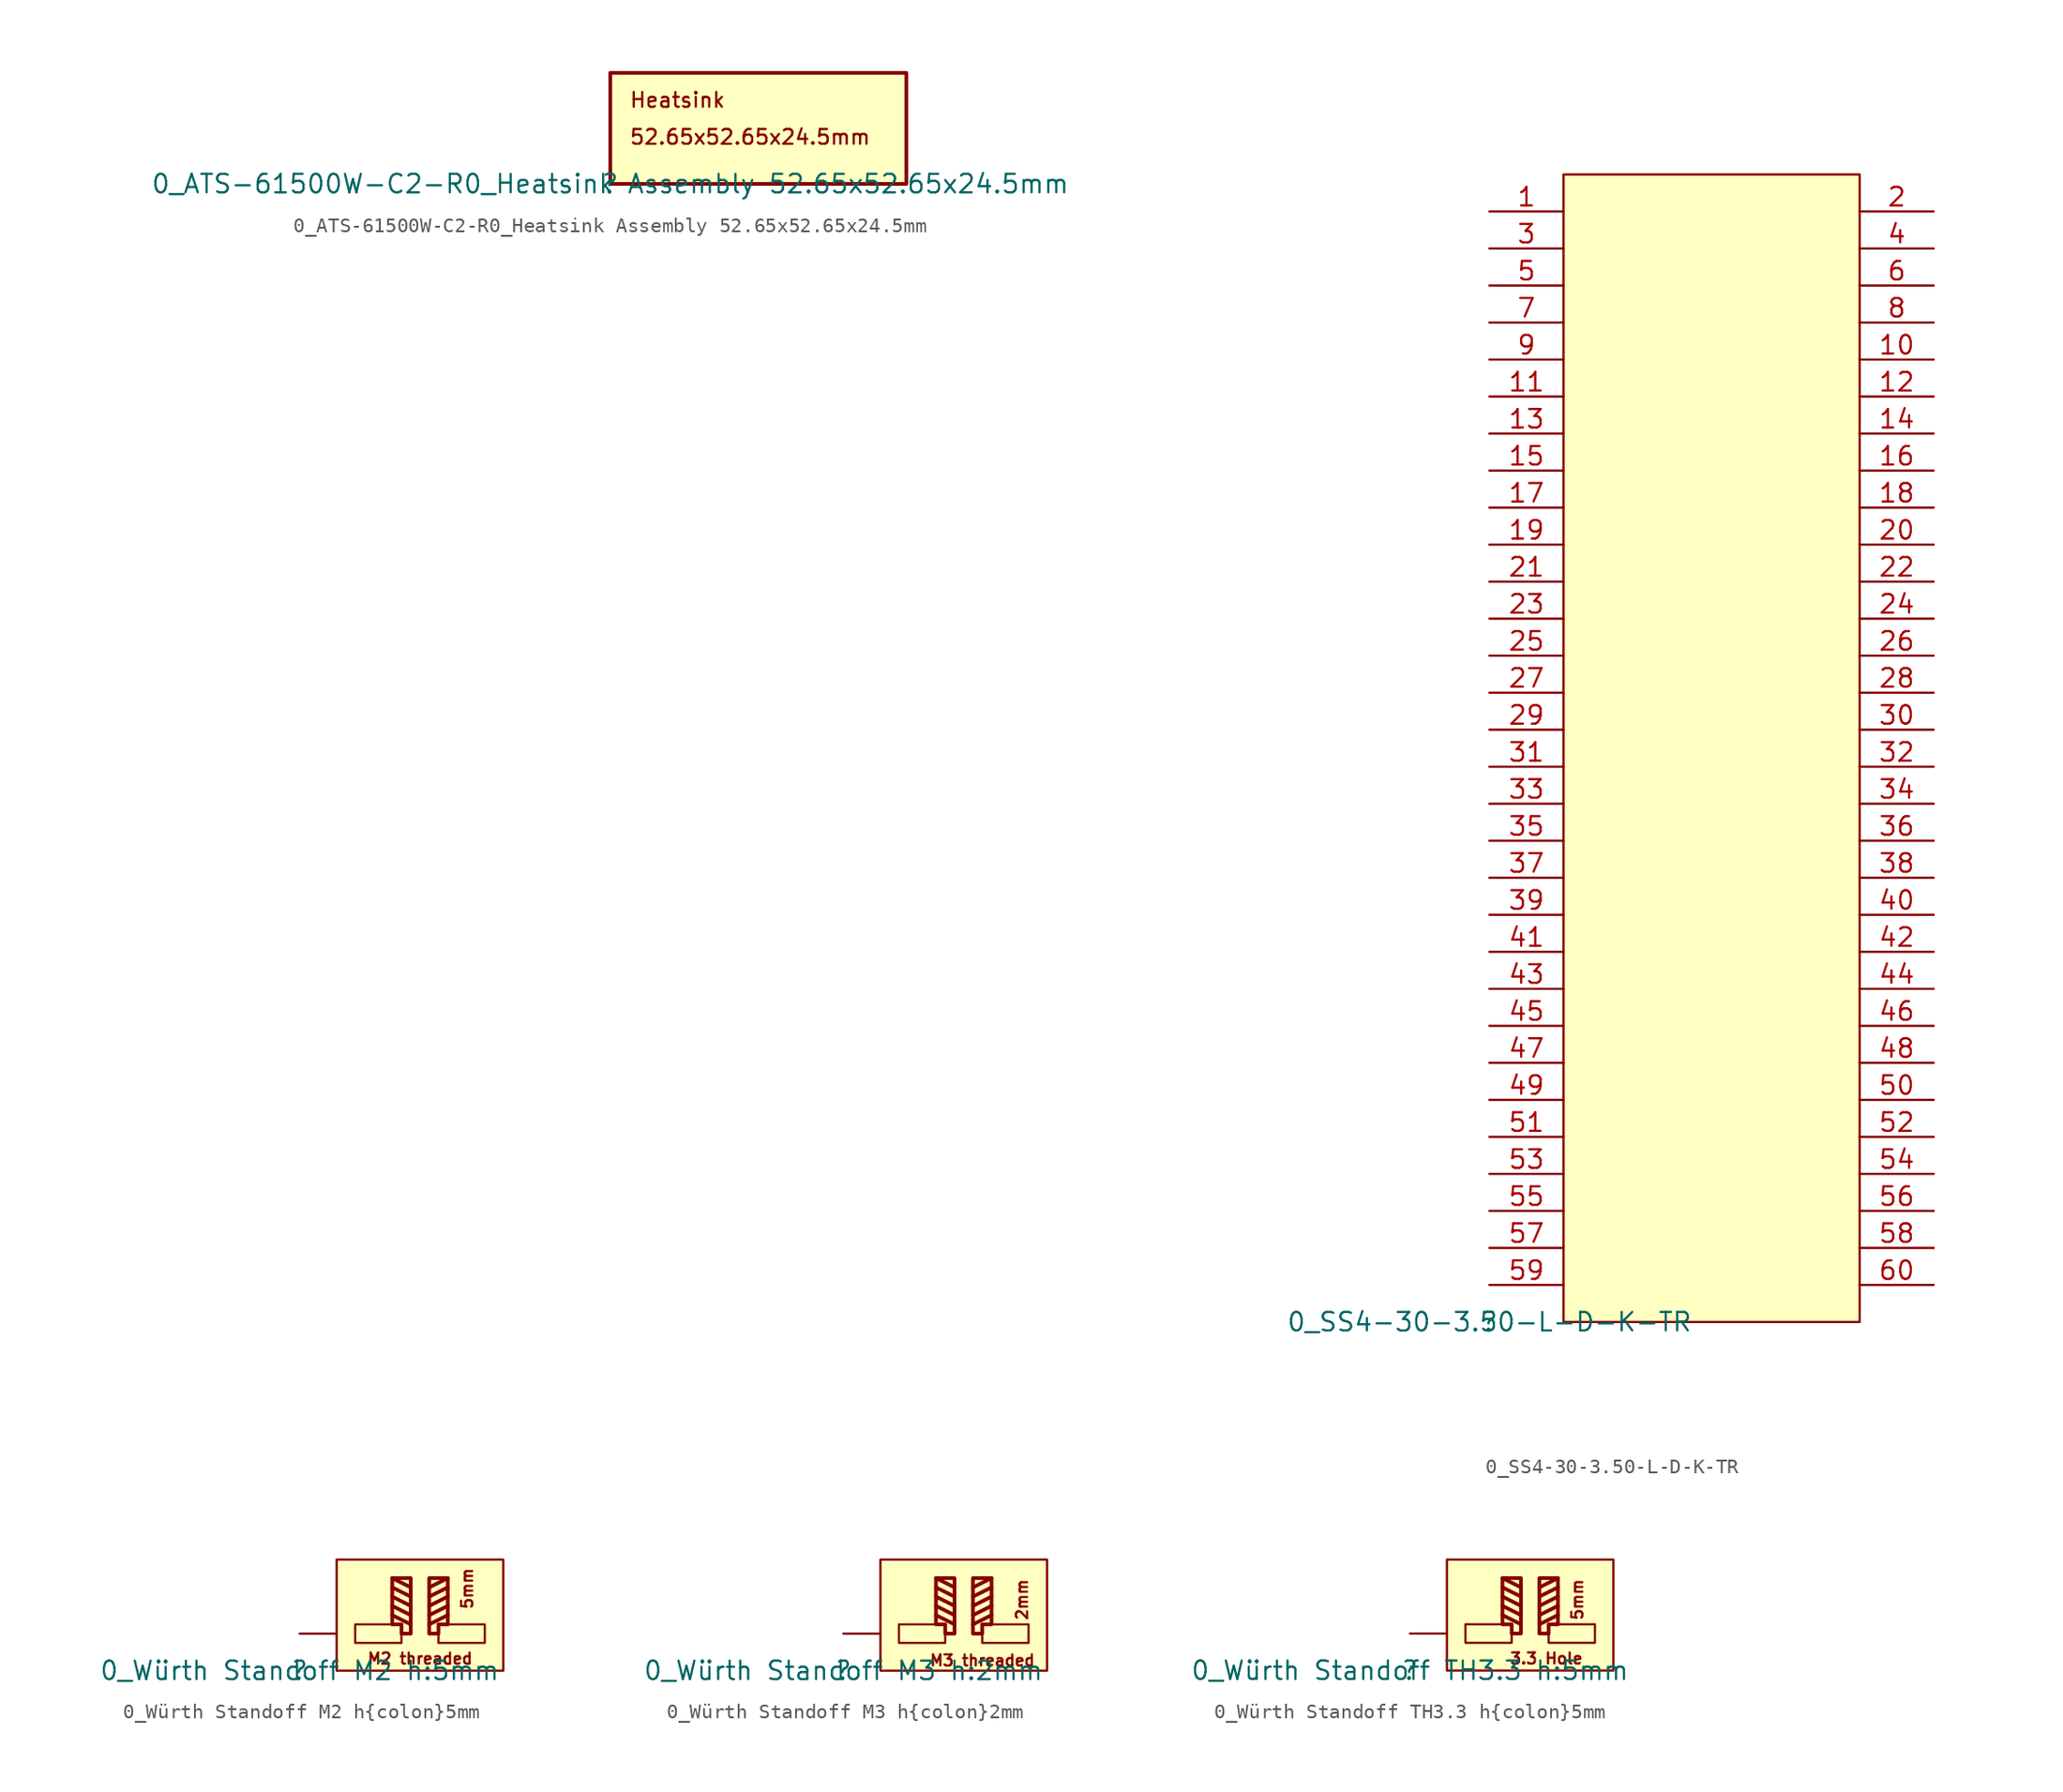
<source format=kicad_sym>
(kicad_symbol_lib
  (version 20211014)
  (generator kicad_symbol_editor)
  (symbol "0_ATS-61500W-C2-R0_Heatsink Assembly 52.65x52.65x24.5mm"
    (property "Reference" ""
      (at 0 0 0)
      (effects (font (size 1.27 1.27))))
    (property "Value" "0_ATS-61500W-C2-R0_Heatsink Assembly 52.65x52.65x24.5mm"
      (at 0 0 0)
      (effects (font (size 1.27 1.27))))
    (symbol "0_ATS-61500W-C2-R0_Heatsink Assembly 52.65x52.65x24.5mm_1_0"
      (polyline (pts (xy 0 7.62) (xy 20.32 7.62) (xy 20.32 0) (xy 0 0) (xy 0 7.62)) (stroke (width 0.254) (type default) (color 0 0 0 0)) (fill (type none)))
      (rectangle (start 20.32 7.62) (end 0 0) (stroke (width 0) (type default) (color 0 0 0 0)) (fill (type background)))
      (text "52.65x52.65x24.5mm" (at 1.27 3.81 0) (effects (font (size 1.016 1.016)) (justify left top)))
      (text "Heatsink" (at 1.27 6.35 0) (effects (font (size 1.016 1.016)) (justify left top)))))
  (symbol "0_SS4-30-3.50-L-D-K-TR"
    (property "Reference" ""
      (at 0 0 0)
      (effects (font (size 1.27 1.27))))
    (property "Value" "0_SS4-30-3.50-L-D-K-TR"
      (at 0 0 0)
      (effects (font (size 1.27 1.27))))
    (symbol "0_SS4-30-3.50-L-D-K-TR_1_0"
      (rectangle (start 25.4 78.74) (end 5.08 0) (stroke (width 0) (type default) (color 0 0 0 0)) (fill (type background)))
      (pin passive line (at 0 76.2 0) (length 5.08) (name "" (effects (font (size 1.27 1.27)))) (number "1" (effects (font (size 1.27 1.27)))))
      (pin passive line (at 30.48 66.04 180) (length 5.08) (name "" (effects (font (size 1.27 1.27)))) (number "10" (effects (font (size 1.27 1.27)))))
      (pin passive line (at 0 63.5 0) (length 5.08) (name "" (effects (font (size 1.27 1.27)))) (number "11" (effects (font (size 1.27 1.27)))))
      (pin passive line (at 30.48 63.5 180) (length 5.08) (name "" (effects (font (size 1.27 1.27)))) (number "12" (effects (font (size 1.27 1.27)))))
      (pin passive line (at 0 60.96 0) (length 5.08) (name "" (effects (font (size 1.27 1.27)))) (number "13" (effects (font (size 1.27 1.27)))))
      (pin passive line (at 30.48 60.96 180) (length 5.08) (name "" (effects (font (size 1.27 1.27)))) (number "14" (effects (font (size 1.27 1.27)))))
      (pin passive line (at 0 58.42 0) (length 5.08) (name "" (effects (font (size 1.27 1.27)))) (number "15" (effects (font (size 1.27 1.27)))))
      (pin passive line (at 30.48 58.42 180) (length 5.08) (name "" (effects (font (size 1.27 1.27)))) (number "16" (effects (font (size 1.27 1.27)))))
      (pin passive line (at 0 55.88 0) (length 5.08) (name "" (effects (font (size 1.27 1.27)))) (number "17" (effects (font (size 1.27 1.27)))))
      (pin passive line (at 30.48 55.88 180) (length 5.08) (name "" (effects (font (size 1.27 1.27)))) (number "18" (effects (font (size 1.27 1.27)))))
      (pin passive line (at 0 53.34 0) (length 5.08) (name "" (effects (font (size 1.27 1.27)))) (number "19" (effects (font (size 1.27 1.27)))))
      (pin passive line (at 30.48 76.2 180) (length 5.08) (name "" (effects (font (size 1.27 1.27)))) (number "2" (effects (font (size 1.27 1.27)))))
      (pin passive line (at 30.48 53.34 180) (length 5.08) (name "" (effects (font (size 1.27 1.27)))) (number "20" (effects (font (size 1.27 1.27)))))
      (pin passive line (at 0 50.8 0) (length 5.08) (name "" (effects (font (size 1.27 1.27)))) (number "21" (effects (font (size 1.27 1.27)))))
      (pin passive line (at 30.48 50.8 180) (length 5.08) (name "" (effects (font (size 1.27 1.27)))) (number "22" (effects (font (size 1.27 1.27)))))
      (pin passive line (at 0 48.26 0) (length 5.08) (name "" (effects (font (size 1.27 1.27)))) (number "23" (effects (font (size 1.27 1.27)))))
      (pin passive line (at 30.48 48.26 180) (length 5.08) (name "" (effects (font (size 1.27 1.27)))) (number "24" (effects (font (size 1.27 1.27)))))
      (pin passive line (at 0 45.72 0) (length 5.08) (name "" (effects (font (size 1.27 1.27)))) (number "25" (effects (font (size 1.27 1.27)))))
      (pin passive line (at 30.48 45.72 180) (length 5.08) (name "" (effects (font (size 1.27 1.27)))) (number "26" (effects (font (size 1.27 1.27)))))
      (pin passive line (at 0 43.18 0) (length 5.08) (name "" (effects (font (size 1.27 1.27)))) (number "27" (effects (font (size 1.27 1.27)))))
      (pin passive line (at 30.48 43.18 180) (length 5.08) (name "" (effects (font (size 1.27 1.27)))) (number "28" (effects (font (size 1.27 1.27)))))
      (pin passive line (at 0 40.64 0) (length 5.08) (name "" (effects (font (size 1.27 1.27)))) (number "29" (effects (font (size 1.27 1.27)))))
      (pin passive line (at 0 73.66 0) (length 5.08) (name "" (effects (font (size 1.27 1.27)))) (number "3" (effects (font (size 1.27 1.27)))))
      (pin passive line (at 30.48 40.64 180) (length 5.08) (name "" (effects (font (size 1.27 1.27)))) (number "30" (effects (font (size 1.27 1.27)))))
      (pin passive line (at 0 38.1 0) (length 5.08) (name "" (effects (font (size 1.27 1.27)))) (number "31" (effects (font (size 1.27 1.27)))))
      (pin passive line (at 30.48 38.1 180) (length 5.08) (name "" (effects (font (size 1.27 1.27)))) (number "32" (effects (font (size 1.27 1.27)))))
      (pin passive line (at 0 35.56 0) (length 5.08) (name "" (effects (font (size 1.27 1.27)))) (number "33" (effects (font (size 1.27 1.27)))))
      (pin passive line (at 30.48 35.56 180) (length 5.08) (name "" (effects (font (size 1.27 1.27)))) (number "34" (effects (font (size 1.27 1.27)))))
      (pin passive line (at 0 33.02 0) (length 5.08) (name "" (effects (font (size 1.27 1.27)))) (number "35" (effects (font (size 1.27 1.27)))))
      (pin passive line (at 30.48 33.02 180) (length 5.08) (name "" (effects (font (size 1.27 1.27)))) (number "36" (effects (font (size 1.27 1.27)))))
      (pin passive line (at 0 30.48 0) (length 5.08) (name "" (effects (font (size 1.27 1.27)))) (number "37" (effects (font (size 1.27 1.27)))))
      (pin passive line (at 30.48 30.48 180) (length 5.08) (name "" (effects (font (size 1.27 1.27)))) (number "38" (effects (font (size 1.27 1.27)))))
      (pin passive line (at 0 27.94 0) (length 5.08) (name "" (effects (font (size 1.27 1.27)))) (number "39" (effects (font (size 1.27 1.27)))))
      (pin passive line (at 30.48 73.66 180) (length 5.08) (name "" (effects (font (size 1.27 1.27)))) (number "4" (effects (font (size 1.27 1.27)))))
      (pin passive line (at 30.48 27.94 180) (length 5.08) (name "" (effects (font (size 1.27 1.27)))) (number "40" (effects (font (size 1.27 1.27)))))
      (pin passive line (at 0 25.4 0) (length 5.08) (name "" (effects (font (size 1.27 1.27)))) (number "41" (effects (font (size 1.27 1.27)))))
      (pin passive line (at 30.48 25.4 180) (length 5.08) (name "" (effects (font (size 1.27 1.27)))) (number "42" (effects (font (size 1.27 1.27)))))
      (pin passive line (at 0 22.86 0) (length 5.08) (name "" (effects (font (size 1.27 1.27)))) (number "43" (effects (font (size 1.27 1.27)))))
      (pin passive line (at 30.48 22.86 180) (length 5.08) (name "" (effects (font (size 1.27 1.27)))) (number "44" (effects (font (size 1.27 1.27)))))
      (pin passive line (at 0 20.32 0) (length 5.08) (name "" (effects (font (size 1.27 1.27)))) (number "45" (effects (font (size 1.27 1.27)))))
      (pin passive line (at 30.48 20.32 180) (length 5.08) (name "" (effects (font (size 1.27 1.27)))) (number "46" (effects (font (size 1.27 1.27)))))
      (pin passive line (at 0 17.78 0) (length 5.08) (name "" (effects (font (size 1.27 1.27)))) (number "47" (effects (font (size 1.27 1.27)))))
      (pin passive line (at 30.48 17.78 180) (length 5.08) (name "" (effects (font (size 1.27 1.27)))) (number "48" (effects (font (size 1.27 1.27)))))
      (pin passive line (at 0 15.24 0) (length 5.08) (name "" (effects (font (size 1.27 1.27)))) (number "49" (effects (font (size 1.27 1.27)))))
      (pin passive line (at 0 71.12 0) (length 5.08) (name "" (effects (font (size 1.27 1.27)))) (number "5" (effects (font (size 1.27 1.27)))))
      (pin passive line (at 30.48 15.24 180) (length 5.08) (name "" (effects (font (size 1.27 1.27)))) (number "50" (effects (font (size 1.27 1.27)))))
      (pin passive line (at 0 12.7 0) (length 5.08) (name "" (effects (font (size 1.27 1.27)))) (number "51" (effects (font (size 1.27 1.27)))))
      (pin passive line (at 30.48 12.7 180) (length 5.08) (name "" (effects (font (size 1.27 1.27)))) (number "52" (effects (font (size 1.27 1.27)))))
      (pin passive line (at 0 10.16 0) (length 5.08) (name "" (effects (font (size 1.27 1.27)))) (number "53" (effects (font (size 1.27 1.27)))))
      (pin passive line (at 30.48 10.16 180) (length 5.08) (name "" (effects (font (size 1.27 1.27)))) (number "54" (effects (font (size 1.27 1.27)))))
      (pin passive line (at 0 7.62 0) (length 5.08) (name "" (effects (font (size 1.27 1.27)))) (number "55" (effects (font (size 1.27 1.27)))))
      (pin passive line (at 30.48 7.62 180) (length 5.08) (name "" (effects (font (size 1.27 1.27)))) (number "56" (effects (font (size 1.27 1.27)))))
      (pin passive line (at 0 5.08 0) (length 5.08) (name "" (effects (font (size 1.27 1.27)))) (number "57" (effects (font (size 1.27 1.27)))))
      (pin passive line (at 30.48 5.08 180) (length 5.08) (name "" (effects (font (size 1.27 1.27)))) (number "58" (effects (font (size 1.27 1.27)))))
      (pin passive line (at 0 2.54 0) (length 5.08) (name "" (effects (font (size 1.27 1.27)))) (number "59" (effects (font (size 1.27 1.27)))))
      (pin passive line (at 30.48 71.12 180) (length 5.08) (name "" (effects (font (size 1.27 1.27)))) (number "6" (effects (font (size 1.27 1.27)))))
      (pin passive line (at 30.48 2.54 180) (length 5.08) (name "" (effects (font (size 1.27 1.27)))) (number "60" (effects (font (size 1.27 1.27)))))
      (pin passive line (at 0 68.58 0) (length 5.08) (name "" (effects (font (size 1.27 1.27)))) (number "7" (effects (font (size 1.27 1.27)))))
      (pin passive line (at 30.48 68.58 180) (length 5.08) (name "" (effects (font (size 1.27 1.27)))) (number "8" (effects (font (size 1.27 1.27)))))
      (pin passive line (at 0 66.04 0) (length 5.08) (name "" (effects (font (size 1.27 1.27)))) (number "9" (effects (font (size 1.27 1.27)))))))
  (symbol "0_Würth Standoff M2 h{colon}5mm"
    (property "Reference" ""
      (at 0 0 0)
      (effects (font (size 1.27 1.27))))
    (property "Value" "0_Würth Standoff M2 h:5mm"
      (at 0 0 0)
      (effects (font (size 1.27 1.27))))
    (symbol "0_Würth Standoff M2 h{colon}5mm_1_0"
      (polyline (pts (xy 6.35 3.81) (xy 7.62 3.175)) (stroke (width 0.254) (type default) (color 0 0 0 0)) (fill (type none)))
      (polyline (pts (xy 6.35 4.445) (xy 7.62 3.81)) (stroke (width 0.254) (type default) (color 0 0 0 0)) (fill (type none)))
      (polyline (pts (xy 6.35 5.08) (xy 7.62 4.445)) (stroke (width 0.254) (type default) (color 0 0 0 0)) (fill (type none)))
      (polyline (pts (xy 6.35 5.715) (xy 7.62 5.08)) (stroke (width 0.254) (type default) (color 0 0 0 0)) (fill (type none)))
      (polyline (pts (xy 6.35 6.35) (xy 7.62 5.715)) (stroke (width 0.254) (type default) (color 0 0 0 0)) (fill (type none)))
      (polyline (pts (xy 10.16 3.81) (xy 8.89 3.175)) (stroke (width 0.254) (type default) (color 0 0 0 0)) (fill (type none)))
      (polyline (pts (xy 10.16 4.445) (xy 8.89 3.81)) (stroke (width 0.254) (type default) (color 0 0 0 0)) (fill (type none)))
      (polyline (pts (xy 10.16 5.08) (xy 8.89 4.445)) (stroke (width 0.254) (type default) (color 0 0 0 0)) (fill (type none)))
      (polyline (pts (xy 10.16 5.715) (xy 8.89 5.08)) (stroke (width 0.254) (type default) (color 0 0 0 0)) (fill (type none)))
      (polyline (pts (xy 10.16 6.35) (xy 8.89 5.715)) (stroke (width 0.254) (type default) (color 0 0 0 0)) (fill (type none)))
      (polyline (pts (xy 7.62 2.54) (xy 6.985 2.54) (xy 6.985 3.175) (xy 6.35 3.175) (xy 6.35 6.35) (xy 7.62 6.35) (xy 7.62 2.54)) (stroke (width 0.254) (type default) (color 0 0 0 0)) (fill (type none)))
      (polyline (pts (xy 8.89 2.54) (xy 9.525 2.54) (xy 9.525 3.175) (xy 10.16 3.175) (xy 10.16 6.35) (xy 8.89 6.35) (xy 8.89 2.54)) (stroke (width 0.254) (type default) (color 0 0 0 0)) (fill (type none)))
      (rectangle (start 6.985 3.175) (end 3.81 1.905) (stroke (width 0) (type default) (color 0 0 0 0)) (fill (type background)))
      (rectangle (start 12.7 3.175) (end 9.525 1.905) (stroke (width 0) (type default) (color 0 0 0 0)) (fill (type background)))
      (rectangle (start 13.97 7.62) (end 2.54 0) (stroke (width 0) (type default) (color 0 0 0 0)) (fill (type background)))
      (text "5mm" (at 11.938 7.112 900) (effects (font (size 0.762 0.762)) (justify right bottom)))
      (text "M2 threaded" (at 11.938 0.381 0) (effects (font (size 0.762 0.762)) (justify right bottom)))
      (pin passive line (at 0 2.54 0) (length 2.54) (name "1" (effects (font (size 0 0)))) (number "1" (effects (font (size 0 0)))))))
  (symbol "0_Würth Standoff M3 h{colon}2mm"
    (property "Reference" ""
      (at 0 0 0)
      (effects (font (size 1.27 1.27))))
    (property "Value" "0_Würth Standoff M3 h:2mm"
      (at 0 0 0)
      (effects (font (size 1.27 1.27))))
    (symbol "0_Würth Standoff M3 h{colon}2mm_1_0"
      (polyline (pts (xy 6.35 3.81) (xy 7.62 3.175)) (stroke (width 0.254) (type default) (color 0 0 0 0)) (fill (type none)))
      (polyline (pts (xy 6.35 4.445) (xy 7.62 3.81)) (stroke (width 0.254) (type default) (color 0 0 0 0)) (fill (type none)))
      (polyline (pts (xy 6.35 5.08) (xy 7.62 4.445)) (stroke (width 0.254) (type default) (color 0 0 0 0)) (fill (type none)))
      (polyline (pts (xy 6.35 5.715) (xy 7.62 5.08)) (stroke (width 0.254) (type default) (color 0 0 0 0)) (fill (type none)))
      (polyline (pts (xy 6.35 6.35) (xy 7.62 5.715)) (stroke (width 0.254) (type default) (color 0 0 0 0)) (fill (type none)))
      (polyline (pts (xy 10.16 3.81) (xy 8.89 3.175)) (stroke (width 0.254) (type default) (color 0 0 0 0)) (fill (type none)))
      (polyline (pts (xy 10.16 4.445) (xy 8.89 3.81)) (stroke (width 0.254) (type default) (color 0 0 0 0)) (fill (type none)))
      (polyline (pts (xy 10.16 5.08) (xy 8.89 4.445)) (stroke (width 0.254) (type default) (color 0 0 0 0)) (fill (type none)))
      (polyline (pts (xy 10.16 5.715) (xy 8.89 5.08)) (stroke (width 0.254) (type default) (color 0 0 0 0)) (fill (type none)))
      (polyline (pts (xy 10.16 6.35) (xy 8.89 5.715)) (stroke (width 0.254) (type default) (color 0 0 0 0)) (fill (type none)))
      (polyline (pts (xy 7.62 2.54) (xy 6.985 2.54) (xy 6.985 3.175) (xy 6.35 3.175) (xy 6.35 6.35) (xy 7.62 6.35) (xy 7.62 2.54)) (stroke (width 0.254) (type default) (color 0 0 0 0)) (fill (type none)))
      (polyline (pts (xy 8.89 2.54) (xy 9.525 2.54) (xy 9.525 3.175) (xy 10.16 3.175) (xy 10.16 6.35) (xy 8.89 6.35) (xy 8.89 2.54)) (stroke (width 0.254) (type default) (color 0 0 0 0)) (fill (type none)))
      (rectangle (start 6.985 3.175) (end 3.81 1.905) (stroke (width 0) (type default) (color 0 0 0 0)) (fill (type background)))
      (rectangle (start 12.7 3.175) (end 9.525 1.905) (stroke (width 0) (type default) (color 0 0 0 0)) (fill (type background)))
      (rectangle (start 13.97 7.62) (end 2.54 0) (stroke (width 0) (type default) (color 0 0 0 0)) (fill (type background)))
      (text "2mm" (at 12.7 6.35 900) (effects (font (size 0.762 0.762)) (justify right bottom)))
      (text "M3 threaded" (at 13.208 0.254 0) (effects (font (size 0.762 0.762)) (justify right bottom)))
      (pin passive line (at 0 2.54 0) (length 2.54) (name "1" (effects (font (size 0 0)))) (number "1" (effects (font (size 0 0)))))))
  (symbol "0_Würth Standoff TH3.3 h{colon}5mm"
    (property "Reference" ""
      (at 0 0 0)
      (effects (font (size 1.27 1.27))))
    (property "Value" "0_Würth Standoff TH3.3 h:5mm"
      (at 0 0 0)
      (effects (font (size 1.27 1.27))))
    (symbol "0_Würth Standoff TH3.3 h{colon}5mm_1_0"
      (polyline (pts (xy 6.35 3.81) (xy 7.62 3.175)) (stroke (width 0.254) (type default) (color 0 0 0 0)) (fill (type none)))
      (polyline (pts (xy 6.35 4.445) (xy 7.62 3.81)) (stroke (width 0.254) (type default) (color 0 0 0 0)) (fill (type none)))
      (polyline (pts (xy 6.35 5.08) (xy 7.62 4.445)) (stroke (width 0.254) (type default) (color 0 0 0 0)) (fill (type none)))
      (polyline (pts (xy 6.35 5.715) (xy 7.62 5.08)) (stroke (width 0.254) (type default) (color 0 0 0 0)) (fill (type none)))
      (polyline (pts (xy 6.35 6.35) (xy 7.62 5.715)) (stroke (width 0.254) (type default) (color 0 0 0 0)) (fill (type none)))
      (polyline (pts (xy 10.16 3.81) (xy 8.89 3.175)) (stroke (width 0.254) (type default) (color 0 0 0 0)) (fill (type none)))
      (polyline (pts (xy 10.16 4.445) (xy 8.89 3.81)) (stroke (width 0.254) (type default) (color 0 0 0 0)) (fill (type none)))
      (polyline (pts (xy 10.16 5.08) (xy 8.89 4.445)) (stroke (width 0.254) (type default) (color 0 0 0 0)) (fill (type none)))
      (polyline (pts (xy 10.16 5.715) (xy 8.89 5.08)) (stroke (width 0.254) (type default) (color 0 0 0 0)) (fill (type none)))
      (polyline (pts (xy 10.16 6.35) (xy 8.89 5.715)) (stroke (width 0.254) (type default) (color 0 0 0 0)) (fill (type none)))
      (polyline (pts (xy 7.62 2.54) (xy 6.985 2.54) (xy 6.985 3.175) (xy 6.35 3.175) (xy 6.35 6.35) (xy 7.62 6.35) (xy 7.62 2.54)) (stroke (width 0.254) (type default) (color 0 0 0 0)) (fill (type none)))
      (polyline (pts (xy 8.89 2.54) (xy 9.525 2.54) (xy 9.525 3.175) (xy 10.16 3.175) (xy 10.16 6.35) (xy 8.89 6.35) (xy 8.89 2.54)) (stroke (width 0.254) (type default) (color 0 0 0 0)) (fill (type none)))
      (rectangle (start 6.985 3.175) (end 3.81 1.905) (stroke (width 0) (type default) (color 0 0 0 0)) (fill (type background)))
      (rectangle (start 12.7 3.175) (end 9.525 1.905) (stroke (width 0) (type default) (color 0 0 0 0)) (fill (type background)))
      (rectangle (start 13.97 7.62) (end 2.54 0) (stroke (width 0) (type default) (color 0 0 0 0)) (fill (type background)))
      (text "3.3 Hole" (at 11.938 0.381 0) (effects (font (size 0.762 0.762)) (justify right bottom)))
      (text "5mm" (at 11.938 6.35 900) (effects (font (size 0.762 0.762)) (justify right bottom)))
      (pin passive line (at 0 2.54 0) (length 2.54) (name "1" (effects (font (size 0 0)))) (number "1" (effects (font (size 0 0))))))))
</source>
